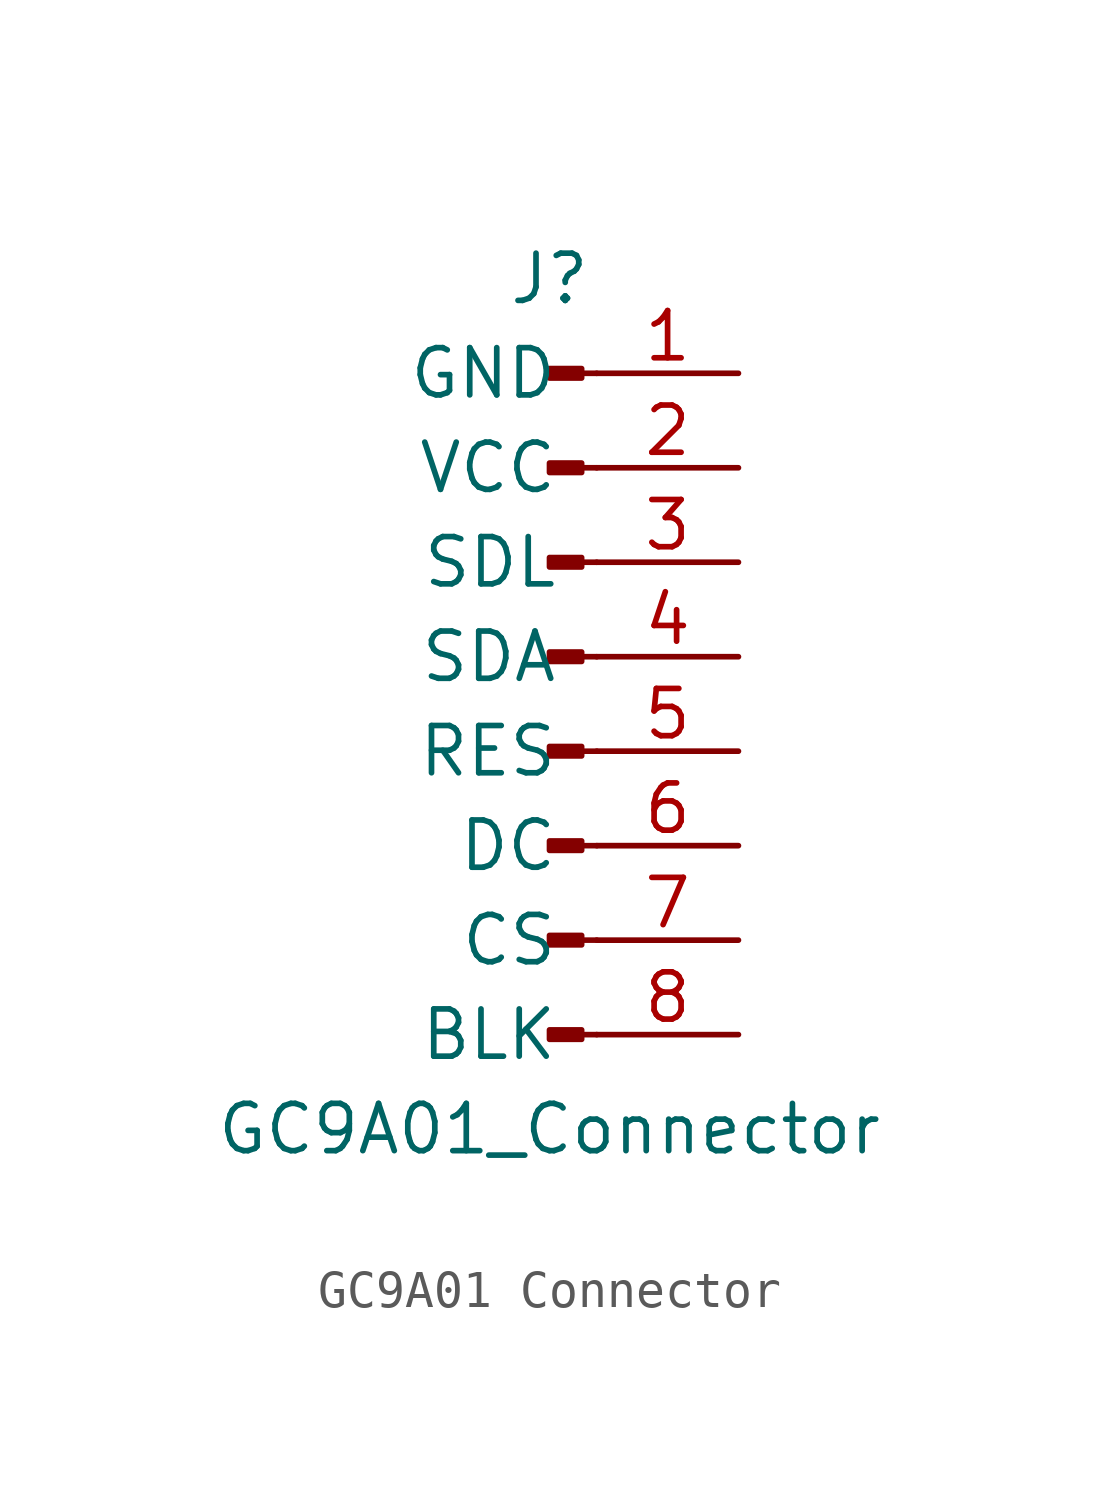
<source format=kicad_sym>
(kicad_symbol_lib
  (version 20220914)
  (generator kicad_symbol_editor)
  (symbol "GC9A01 Connector"
    (pin_names
      (offset 1.016))
    (property "Reference" "J"
      (at 0 10.16 0)
      (effects (font (size 1.27 1.27))))
    (property "Value" "GC9A01_Connector"
      (at 0 -12.7 0)
      (effects (font (size 1.27 1.27))))
    (symbol "GC9A01 Connector_1_1"
      (polyline (pts (xy 1.27 -10.16) (xy 0.864 -10.16)) (stroke (width 0.152) (type default)) (fill (type none)))
      (polyline (pts (xy 1.27 -7.62) (xy 0.864 -7.62)) (stroke (width 0.152) (type default)) (fill (type none)))
      (polyline (pts (xy 1.27 -5.08) (xy 0.864 -5.08)) (stroke (width 0.152) (type default)) (fill (type none)))
      (polyline (pts (xy 1.27 -2.54) (xy 0.864 -2.54)) (stroke (width 0.152) (type default)) (fill (type none)))
      (polyline (pts (xy 1.27 0) (xy 0.864 0)) (stroke (width 0.152) (type default)) (fill (type none)))
      (polyline (pts (xy 1.27 2.54) (xy 0.864 2.54)) (stroke (width 0.152) (type default)) (fill (type none)))
      (polyline (pts (xy 1.27 5.08) (xy 0.864 5.08)) (stroke (width 0.152) (type default)) (fill (type none)))
      (polyline (pts (xy 1.27 7.62) (xy 0.864 7.62)) (stroke (width 0.152) (type default)) (fill (type none)))
      (rectangle (start 0.864 -10.033) (end 0 -10.287) (stroke (width 0.152) (type default)) (fill (type outline)))
      (rectangle (start 0.864 -7.493) (end 0 -7.747) (stroke (width 0.152) (type default)) (fill (type outline)))
      (rectangle (start 0.864 -4.953) (end 0 -5.207) (stroke (width 0.152) (type default)) (fill (type outline)))
      (rectangle (start 0.864 -2.413) (end 0 -2.667) (stroke (width 0.152) (type default)) (fill (type outline)))
      (rectangle (start 0.864 0.127) (end 0 -0.127) (stroke (width 0.152) (type default)) (fill (type outline)))
      (rectangle (start 0.864 2.667) (end 0 2.413) (stroke (width 0.152) (type default)) (fill (type outline)))
      (rectangle (start 0.864 5.207) (end 0 4.953) (stroke (width 0.152) (type default)) (fill (type outline)))
      (rectangle (start 0.864 7.747) (end 0 7.493) (stroke (width 0.152) (type default)) (fill (type outline)))
      (pin passive line (at 5.08 7.62 180) (length 3.81) (name "GND" (effects (font (size 1.27 1.27)))) (number "1" (effects (font (size 1.27 1.27)))))
      (pin power_in line (at 5.08 5.08 180) (length 3.81) (name "VCC" (effects (font (size 1.27 1.27)))) (number "2" (effects (font (size 1.27 1.27)))))
      (pin input line (at 5.08 2.54 180) (length 3.81) (name "SDL" (effects (font (size 1.27 1.27)))) (number "3" (effects (font (size 1.27 1.27)))))
      (pin input line (at 5.08 0 180) (length 3.81) (name "SDA" (effects (font (size 1.27 1.27)))) (number "4" (effects (font (size 1.27 1.27)))))
      (pin input line (at 5.08 -2.54 180) (length 3.81) (name "RES" (effects (font (size 1.27 1.27)))) (number "5" (effects (font (size 1.27 1.27)))))
      (pin input line (at 5.08 -5.08 180) (length 3.81) (name "DC" (effects (font (size 1.27 1.27)))) (number "6" (effects (font (size 1.27 1.27)))))
      (pin input line (at 5.08 -7.62 180) (length 3.81) (name "CS" (effects (font (size 1.27 1.27)))) (number "7" (effects (font (size 1.27 1.27)))))
      (pin input line (at 5.08 -10.16 180) (length 3.81) (name "BLK" (effects (font (size 1.27 1.27)))) (number "8" (effects (font (size 1.27 1.27))))))))
</source>
